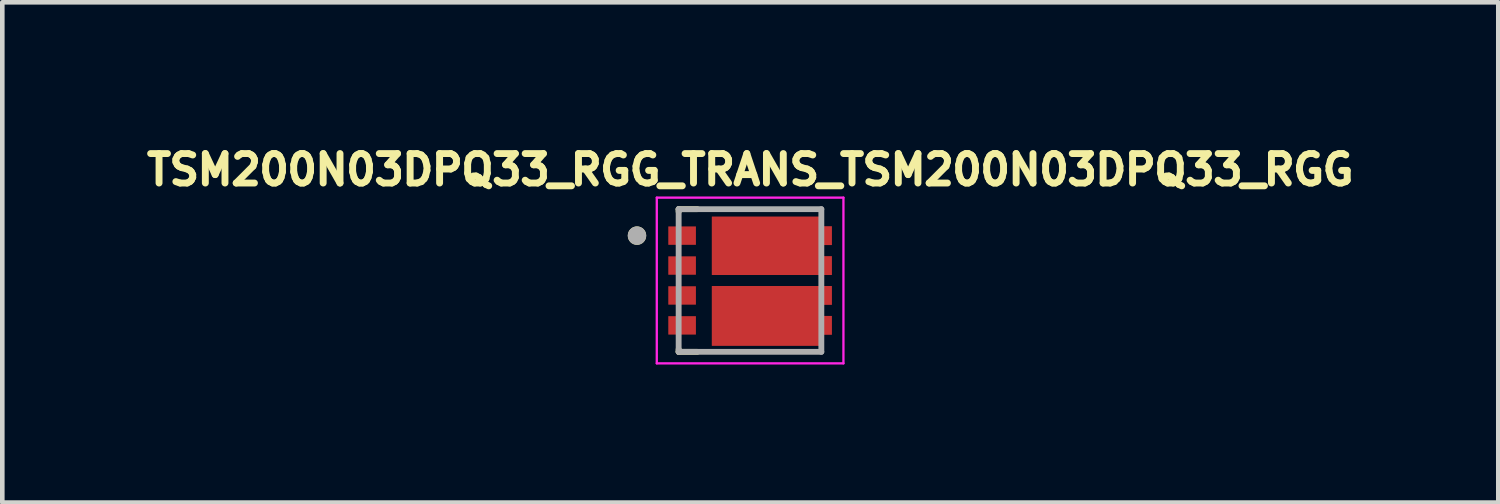
<source format=kicad_pcb>
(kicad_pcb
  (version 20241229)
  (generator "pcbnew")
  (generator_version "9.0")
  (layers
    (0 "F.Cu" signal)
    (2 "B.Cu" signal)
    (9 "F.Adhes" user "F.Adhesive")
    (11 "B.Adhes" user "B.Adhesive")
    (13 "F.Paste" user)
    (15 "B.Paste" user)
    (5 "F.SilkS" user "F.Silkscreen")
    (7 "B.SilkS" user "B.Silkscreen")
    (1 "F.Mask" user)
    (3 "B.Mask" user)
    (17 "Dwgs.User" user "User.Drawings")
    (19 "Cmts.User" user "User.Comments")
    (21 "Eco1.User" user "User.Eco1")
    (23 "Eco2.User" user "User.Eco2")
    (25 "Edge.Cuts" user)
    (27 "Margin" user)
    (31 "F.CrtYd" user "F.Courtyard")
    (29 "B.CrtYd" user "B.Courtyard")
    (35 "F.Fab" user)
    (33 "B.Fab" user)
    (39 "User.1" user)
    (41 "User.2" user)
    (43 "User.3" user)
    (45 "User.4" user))
  (footprint "TSM200N03DPQ33_RGG_TRANS_TSM200N03DPQ33_RGG"
    (layer "F.Cu")
    (at 13.244 3.044)
    (property "Reference" "TSM200N03DPQ33_RGG_TRANS_TSM200N03DPQ33_RGG" (at 0.007 -2.406 0) (layer "F.SilkS") (effects (font (size 0.64 0.64) (thickness 0.15))))
    (attr smd)
    (fp_poly (pts (xy -0.925 -1.485) (xy -0.925 -0.025) (xy 1.875 -0.025) (xy 1.875 -0.625) (xy 1.625 -0.625) (xy 1.625 -0.675) (xy 1.875 -0.675) (xy 1.875 -1.275) (xy 1.625 -1.275) (xy 1.625 -1.485)) (stroke (width 0.01) (type solid)) (fill yes) (layer "F.Mask"))
    (fp_poly (pts (xy -0.925 0.025) (xy -0.925 1.515) (xy 1.625 1.515) (xy 1.625 1.275) (xy 1.875 1.275) (xy 1.875 0.675) (xy 1.625 0.675) (xy 1.625 0.625) (xy 1.875 0.625) (xy 1.875 0.025)) (stroke (width 0.01) (type solid)) (fill yes) (layer "F.Mask"))
    (fp_line (start -1.55 -1.55) (end -1.55 -1.495) (stroke (width 0.127) (type solid)) (layer "F.SilkS"))
    (fp_line (start -1.55 1.55) (end -1.55 1.495) (stroke (width 0.127) (type solid)) (layer "F.SilkS"))
    (fp_line (start -1.55 1.55) (end -1.145 1.55) (stroke (width 0.127) (type solid)) (layer "F.SilkS"))
    (fp_line (start -1.145 -1.55) (end -1.55 -1.55) (stroke (width 0.127) (type solid)) (layer "F.SilkS"))
    (fp_circle (center -2.455 -0.975) (end -2.355 -0.975) (stroke (width 0.2) (type solid)) (fill no) (layer "F.SilkS"))
    (fp_poly (pts (xy -0.63 -1.09) (xy 0.25 -1.09) (xy 0.25 -0.42) (xy -0.63 -0.42)) (stroke (width 0.01) (type solid)) (fill yes) (layer "F.Paste"))
    (fp_poly (pts (xy -0.63 0.425) (xy 0.25 0.425) (xy 0.25 1.115) (xy -0.63 1.115)) (stroke (width 0.01) (type solid)) (fill yes) (layer "F.Paste"))
    (fp_poly (pts (xy 0.45 -1.09) (xy 1.33 -1.09) (xy 1.33 -0.42) (xy 0.45 -0.42)) (stroke (width 0.01) (type solid)) (fill yes) (layer "F.Paste"))
    (fp_poly (pts (xy 0.45 0.425) (xy 1.33 0.425) (xy 1.33 1.115) (xy 0.45 1.115)) (stroke (width 0.01) (type solid)) (fill yes) (layer "F.Paste"))
    (fp_poly (pts (xy 1.53 -1.18) (xy 1.78 -1.18) (xy 1.78 -0.77) (xy 1.53 -0.77)) (stroke (width 0.01) (type solid)) (fill yes) (layer "F.Paste"))
    (fp_poly (pts (xy 1.53 -0.53) (xy 1.78 -0.53) (xy 1.78 -0.12) (xy 1.53 -0.12)) (stroke (width 0.01) (type solid)) (fill yes) (layer "F.Paste"))
    (fp_poly (pts (xy 1.53 0.12) (xy 1.78 0.12) (xy 1.78 0.53) (xy 1.53 0.53)) (stroke (width 0.01) (type solid)) (fill yes) (layer "F.Paste"))
    (fp_poly (pts (xy 1.53 0.77) (xy 1.78 0.77) (xy 1.78 1.18) (xy 1.53 1.18)) (stroke (width 0.01) (type solid)) (fill yes) (layer "F.Paste"))
    (fp_line (start -2.025 -1.8) (end -2.025 1.8) (stroke (width 0.05) (type solid)) (layer "F.CrtYd"))
    (fp_line (start -2.025 1.8) (end 2.03 1.8) (stroke (width 0.05) (type solid)) (layer "F.CrtYd"))
    (fp_line (start 2.03 -1.8) (end -2.025 -1.8) (stroke (width 0.05) (type solid)) (layer "F.CrtYd"))
    (fp_line (start 2.03 1.8) (end 2.03 -1.8) (stroke (width 0.05) (type solid)) (layer "F.CrtYd"))
    (fp_line (start -1.55 -1.55) (end -1.55 1.55) (stroke (width 0.127) (type solid)) (layer "F.Fab"))
    (fp_line (start -1.55 1.55) (end 1.55 1.55) (stroke (width 0.127) (type solid)) (layer "F.Fab"))
    (fp_line (start 1.55 -1.55) (end -1.55 -1.55) (stroke (width 0.127) (type solid)) (layer "F.Fab"))
    (fp_line (start 1.55 1.55) (end 1.55 -1.55) (stroke (width 0.127) (type solid)) (layer "F.Fab"))
    (fp_circle (center -2.455 -0.975) (end -2.355 -0.975) (stroke (width 0.2) (type solid)) (fill no) (layer "F.Fab"))
    (pad "1" smd rect (at -1.475 -0.975) (size 0.6 0.4) (layers "F.Cu" "F.Mask" "F.Paste"))
    (pad "2" smd rect (at -1.475 -0.325) (size 0.6 0.4) (layers "F.Cu" "F.Mask" "F.Paste"))
    (pad "3" smd rect (at -1.475 0.325) (size 0.6 0.4) (layers "F.Cu" "F.Mask" "F.Paste"))
    (pad "4" smd rect (at -1.475 0.975) (size 0.6 0.4) (layers "F.Cu" "F.Mask" "F.Paste"))
    (pad "5_6" smd custom (at 1.475 0.325) (size 0.1 0.1) (layers "F.Cu") (options (anchor rect)) (primitives (gr_poly (pts (xy 0.3 -0.2) (xy -2.3 -0.2) (xy -2.3 1.09) (xy 0.05 1.09) (xy 0.05 0.85) (xy 0.3 0.85) (xy 0.3 0.45) (xy 0.05 0.45) (xy 0.05 0.2) (xy 0.3 0.2)) (width 0.01) (fill yes))))
    (pad "7_8" smd custom (at 1.475 -0.325) (size 0.1 0.1) (layers "F.Cu") (options (anchor rect)) (primitives (gr_poly (pts (xy 0.3 0.2) (xy -2.3 0.2) (xy -2.3 -1.06) (xy 0.05 -1.06) (xy 0.05 -0.85) (xy 0.3 -0.85) (xy 0.3 -0.45) (xy 0.05 -0.45) (xy 0.05 -0.2) (xy 0.3 -0.2)) (width 0.01) (fill yes)))))
  (gr_rect
    (start -3 -3)
    (end 29.501 7.869)
    (stroke (width 0.1) (type default))
    (fill no)
    (layer "Edge.Cuts")))
</source>
